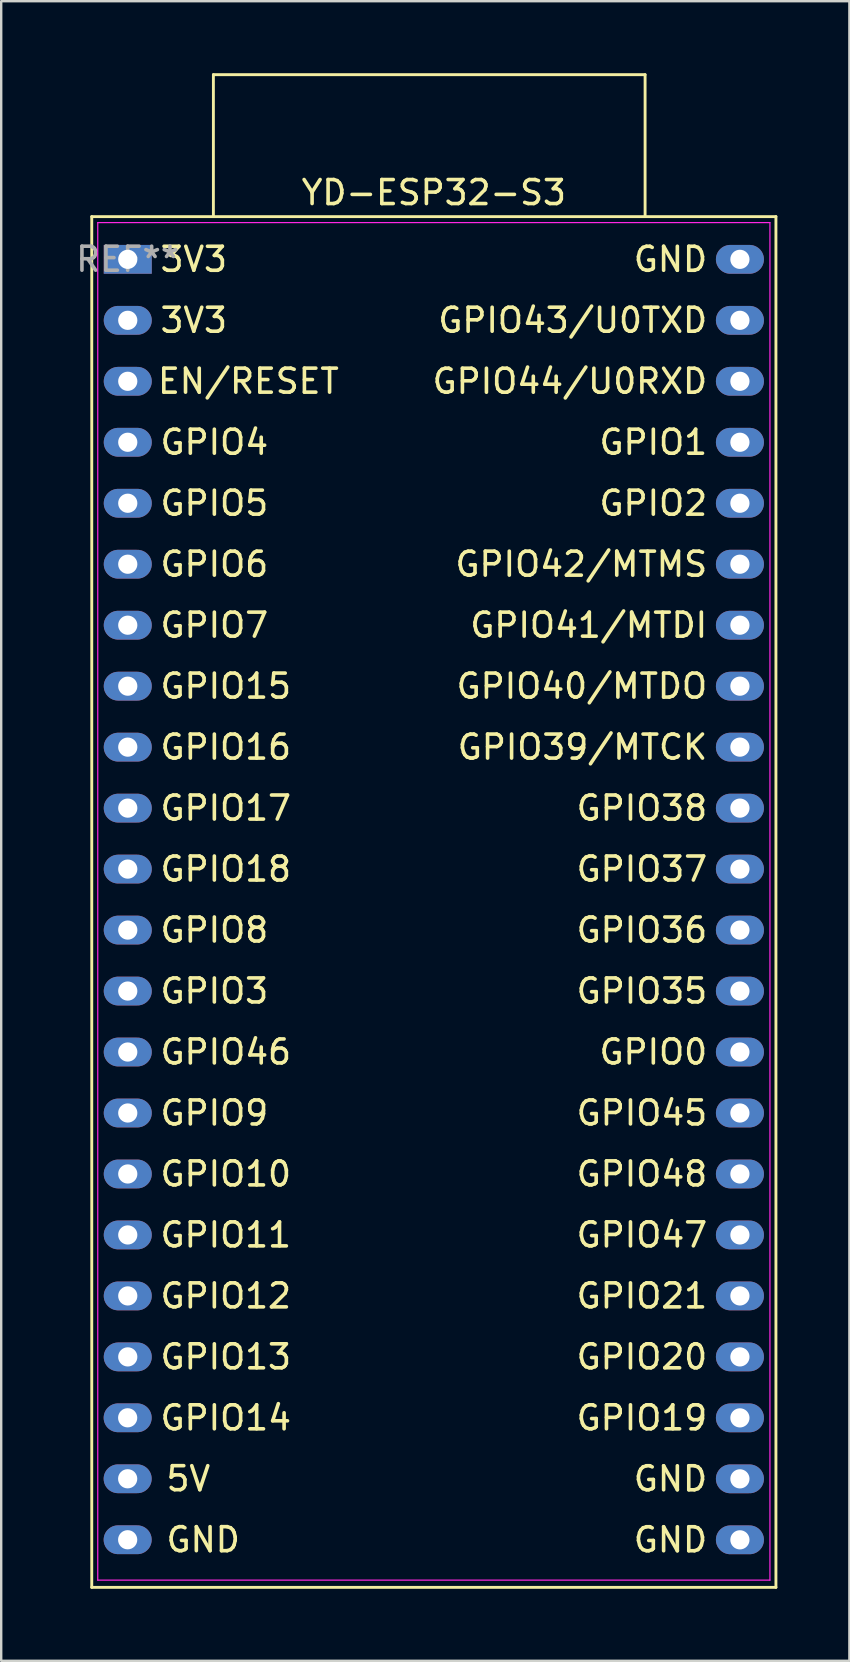
<source format=kicad_pcb>
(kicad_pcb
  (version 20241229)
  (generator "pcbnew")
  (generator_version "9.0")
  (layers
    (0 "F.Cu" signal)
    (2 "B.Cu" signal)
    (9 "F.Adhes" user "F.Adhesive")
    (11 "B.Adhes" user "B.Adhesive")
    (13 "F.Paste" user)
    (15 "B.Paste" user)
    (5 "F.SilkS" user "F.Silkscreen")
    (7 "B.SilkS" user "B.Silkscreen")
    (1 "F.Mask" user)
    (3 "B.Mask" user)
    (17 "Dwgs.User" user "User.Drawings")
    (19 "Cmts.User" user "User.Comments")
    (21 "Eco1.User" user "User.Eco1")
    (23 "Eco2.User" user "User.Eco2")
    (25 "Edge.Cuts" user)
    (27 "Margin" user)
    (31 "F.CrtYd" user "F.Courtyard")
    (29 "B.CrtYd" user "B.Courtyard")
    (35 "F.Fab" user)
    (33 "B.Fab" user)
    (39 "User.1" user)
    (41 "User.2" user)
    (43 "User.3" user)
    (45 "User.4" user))
  (footprint "YD-ESP32-S3"
    (layer "F.Cu")
    (at 2.272 7.073)
    (property "Reference" "YD-ESP32-S3" (at 12.75 -2.1 0) (layer "F.SilkS") (effects (font (size 1 1) (thickness 0.15))))
    (attr through_hole)
    (fp_line (start -1.5 -1.1) (end -1.5 56) (stroke (width 0.12) (type solid)) (layer "F.SilkS"))
    (fp_line (start -1.5 56) (end 27 56) (stroke (width 0.12) (type solid)) (layer "F.SilkS"))
    (fp_line (start 3.567 -7.013) (end 21.55 -7.013) (stroke (width 0.12) (type solid)) (layer "F.SilkS"))
    (fp_line (start 3.567 -1.12) (end 3.567 -7.013) (stroke (width 0.12) (type solid)) (layer "F.SilkS"))
    (fp_line (start 21.55 -7.013) (end 21.55 -1.12) (stroke (width 0.12) (type solid)) (layer "F.SilkS"))
    (fp_line (start 27 -1.1) (end -1.5 -1.1) (stroke (width 0.12) (type solid)) (layer "F.SilkS"))
    (fp_line (start 27 56) (end 27 -1.1) (stroke (width 0.12) (type solid)) (layer "F.SilkS"))
    (fp_line (start -1.25 -0.85) (end 26.75 -0.85) (stroke (width 0.05) (type solid)) (layer "F.CrtYd"))
    (fp_line (start -1.25 55.7) (end -1.25 -0.85) (stroke (width 0.05) (type solid)) (layer "F.CrtYd"))
    (fp_line (start 26.75 -0.85) (end 26.75 55.7) (stroke (width 0.05) (type solid)) (layer "F.CrtYd"))
    (fp_line (start 26.75 55.7) (end -1.25 55.7) (stroke (width 0.05) (type solid)) (layer "F.CrtYd"))
    (fp_text user "GPIO16" (at 1.27 21 0) (unlocked yes) (layer "F.SilkS") (effects (font (size 1 1) (thickness 0.15)) (justify left)))
    (fp_text user "GPIO1" (at 24.23 8.3 0) (unlocked yes) (layer "F.SilkS") (effects (font (size 1 1) (thickness 0.15)) (justify right)))
    (fp_text user "GPIO42/MTMS" (at 24.23 13.38 0) (unlocked yes) (layer "F.SilkS") (effects (font (size 1 1) (thickness 0.15)) (justify right)))
    (fp_text user "GND" (at 24.23 51.48 0) (unlocked yes) (layer "F.SilkS") (effects (font (size 1 1) (thickness 0.15)) (justify right)))
    (fp_text user "GPIO15" (at 1.27 18.46 0) (unlocked yes) (layer "F.SilkS") (effects (font (size 1 1) (thickness 0.15)) (justify left)))
    (fp_text user "GPIO20" (at 24.23 46.4 0) (unlocked yes) (layer "F.SilkS") (effects (font (size 1 1) (thickness 0.15)) (justify right)))
    (fp_text user "GPIO17" (at 1.27 23.54 0) (unlocked yes) (layer "F.SilkS") (effects (font (size 1 1) (thickness 0.15)) (justify left)))
    (fp_text user "GND" (at 1.52 54.017 0) (unlocked yes) (layer "F.SilkS") (effects (font (size 1 1) (thickness 0.15)) (justify left)))
    (fp_text user "GPIO10" (at 1.27 38.78 0) (unlocked yes) (layer "F.SilkS") (effects (font (size 1 1) (thickness 0.15)) (justify left)))
    (fp_text user "GPIO48" (at 24.23 38.78 0) (unlocked yes) (layer "F.SilkS") (effects (font (size 1 1) (thickness 0.15)) (justify right)))
    (fp_text user "GPIO37" (at 24.23 26.08 0) (unlocked yes) (layer "F.SilkS") (effects (font (size 1 1) (thickness 0.15)) (justify right)))
    (fp_text user "GPIO45" (at 24.23 36.24 0) (unlocked yes) (layer "F.SilkS") (effects (font (size 1 1) (thickness 0.15)) (justify right)))
    (fp_text user "GPIO41/MTDI" (at 24.23 15.92 0) (unlocked yes) (layer "F.SilkS") (effects (font (size 1 1) (thickness 0.15)) (justify right)))
    (fp_text user "GND" (at 24.23 54.02 0) (unlocked yes) (layer "F.SilkS") (effects (font (size 1 1) (thickness 0.15)) (justify right)))
    (fp_text user "GPIO4" (at 1.27 8.3 0) (unlocked yes) (layer "F.SilkS") (effects (font (size 1 1) (thickness 0.15)) (justify left)))
    (fp_text user "GPIO36" (at 24.23 28.62 0) (unlocked yes) (layer "F.SilkS") (effects (font (size 1 1) (thickness 0.15)) (justify right)))
    (fp_text user "GPIO18" (at 1.27 26.08 0) (unlocked yes) (layer "F.SilkS") (effects (font (size 1 1) (thickness 0.15)) (justify left)))
    (fp_text user "GPIO2" (at 24.23 10.84 0) (unlocked yes) (layer "F.SilkS") (effects (font (size 1 1) (thickness 0.15)) (justify right)))
    (fp_text user "GPIO6" (at 1.27 13.38 0) (unlocked yes) (layer "F.SilkS") (effects (font (size 1 1) (thickness 0.15)) (justify left)))
    (fp_text user "3V3" (at 1.27 3.22 0) (unlocked yes) (layer "F.SilkS") (effects (font (size 1 1) (thickness 0.15)) (justify left)))
    (fp_text user "GPIO40/MTDO" (at 24.23 18.46 0) (unlocked yes) (layer "F.SilkS") (effects (font (size 1 1) (thickness 0.15)) (justify right)))
    (fp_text user "GPIO46" (at 1.27 33.7 0) (unlocked yes) (layer "F.SilkS") (effects (font (size 1 1) (thickness 0.15)) (justify left)))
    (fp_text user "3V3" (at 1.27 0.68 0) (unlocked yes) (layer "F.SilkS") (effects (font (size 1 1) (thickness 0.15)) (justify left)))
    (fp_text user "GPIO8" (at 1.27 28.62 0) (unlocked yes) (layer "F.SilkS") (effects (font (size 1 1) (thickness 0.15)) (justify left)))
    (fp_text user "5V" (at 1.52 51.477 0) (unlocked yes) (layer "F.SilkS") (effects (font (size 1 1) (thickness 0.15)) (justify left)))
    (fp_text user "GPIO14" (at 1.27 48.94 0) (unlocked yes) (layer "F.SilkS") (effects (font (size 1 1) (thickness 0.15)) (justify left)))
    (fp_text user "GPIO5" (at 1.27 10.84 0) (unlocked yes) (layer "F.SilkS") (effects (font (size 1 1) (thickness 0.15)) (justify left)))
    (fp_text user "GPIO7" (at 1.27 15.92 0) (unlocked yes) (layer "F.SilkS") (effects (font (size 1 1) (thickness 0.15)) (justify left)))
    (fp_text user "GPIO3" (at 1.27 31.16 0) (unlocked yes) (layer "F.SilkS") (effects (font (size 1 1) (thickness 0.15)) (justify left)))
    (fp_text user "GPIO11" (at 1.27 41.32 0) (unlocked yes) (layer "F.SilkS") (effects (font (size 1 1) (thickness 0.15)) (justify left)))
    (fp_text user "GND" (at 24.23 0.68 0) (unlocked yes) (layer "F.SilkS") (effects (font (size 1 1) (thickness 0.15)) (justify right)))
    (fp_text user "EN/RESET" (at 8.886 5.757 0) (unlocked yes) (layer "F.SilkS") (effects (font (size 1 1) (thickness 0.15)) (justify right)))
    (fp_text user "GPIO19" (at 24.23 48.94 0) (unlocked yes) (layer "F.SilkS") (effects (font (size 1 1) (thickness 0.15)) (justify right)))
    (fp_text user "GPIO43/U0TXD" (at 24.23 3.22 0) (unlocked yes) (layer "F.SilkS") (effects (font (size 1 1) (thickness 0.15)) (justify right)))
    (fp_text user "GPIO47" (at 24.23 41.32 0) (unlocked yes) (layer "F.SilkS") (effects (font (size 1 1) (thickness 0.15)) (justify right)))
    (fp_text user "GPIO0" (at 24.23 33.7 0) (unlocked yes) (layer "F.SilkS") (effects (font (size 1 1) (thickness 0.15)) (justify right)))
    (fp_text user "GPIO13" (at 1.27 46.4 0) (unlocked yes) (layer "F.SilkS") (effects (font (size 1 1) (thickness 0.15)) (justify left)))
    (fp_text user "GPIO38" (at 24.23 23.54 0) (unlocked yes) (layer "F.SilkS") (effects (font (size 1 1) (thickness 0.15)) (justify right)))
    (fp_text user "GPIO35" (at 24.23 31.16 0) (unlocked yes) (layer "F.SilkS") (effects (font (size 1 1) (thickness 0.15)) (justify right)))
    (fp_text user "GPIO12" (at 1.27 43.86 0) (unlocked yes) (layer "F.SilkS") (effects (font (size 1 1) (thickness 0.15)) (justify left)))
    (fp_text user "GPIO9" (at 1.27 36.24 0) (unlocked yes) (layer "F.SilkS") (effects (font (size 1 1) (thickness 0.15)) (justify left)))
    (fp_text user "GPIO21" (at 24.23 43.86 0) (unlocked yes) (layer "F.SilkS") (effects (font (size 1 1) (thickness 0.15)) (justify right)))
    (fp_text user "GPIO44/U0RXD" (at 24.23 5.76 0) (unlocked yes) (layer "F.SilkS") (effects (font (size 1 1) (thickness 0.15)) (justify right)))
    (fp_text user "GPIO39/MTCK" (at 24.23 21 0) (unlocked yes) (layer "F.SilkS") (effects (font (size 1 1) (thickness 0.15)) (justify right)))
    (fp_text user "REF**" (at -0.004 0.677 0) (layer "F.Fab") (effects (font (size 1 1) (thickness 0.15))))
    (pad "1" thru_hole rect (at 0 0.68 270) (size 1.2 2) (drill 0.8) (layers "*.Cu" "*.Mask"))
    (pad "2" thru_hole oval (at 0 3.22 270) (size 1.2 2) (drill 0.8) (layers "*.Cu" "*.Mask"))
    (pad "3" thru_hole oval (at 0 5.76 270) (size 1.2 2) (drill 0.8) (layers "*.Cu" "*.Mask"))
    (pad "4" thru_hole oval (at 0 8.3 270) (size 1.2 2) (drill 0.8) (layers "*.Cu" "*.Mask"))
    (pad "5" thru_hole oval (at 0 10.84 270) (size 1.2 2) (drill 0.8) (layers "*.Cu" "*.Mask"))
    (pad "6" thru_hole oval (at 0 13.38 270) (size 1.2 2) (drill 0.8) (layers "*.Cu" "*.Mask"))
    (pad "7" thru_hole oval (at 0 15.92 270) (size 1.2 2) (drill 0.8) (layers "*.Cu" "*.Mask"))
    (pad "8" thru_hole oval (at 0 18.46 270) (size 1.2 2) (drill 0.8) (layers "*.Cu" "*.Mask"))
    (pad "9" thru_hole oval (at 0 21 270) (size 1.2 2) (drill 0.8) (layers "*.Cu" "*.Mask"))
    (pad "10" thru_hole oval (at 0 23.54 270) (size 1.2 2) (drill 0.8) (layers "*.Cu" "*.Mask"))
    (pad "11" thru_hole oval (at 0 26.08 270) (size 1.2 2) (drill 0.8) (layers "*.Cu" "*.Mask"))
    (pad "12" thru_hole oval (at 0 28.62 270) (size 1.2 2) (drill 0.8) (layers "*.Cu" "*.Mask"))
    (pad "13" thru_hole oval (at 0 31.16 270) (size 1.2 2) (drill 0.8) (layers "*.Cu" "*.Mask"))
    (pad "14" thru_hole oval (at 0 33.7 270) (size 1.2 2) (drill 0.8) (layers "*.Cu" "*.Mask"))
    (pad "15" thru_hole oval (at 0 36.24 270) (size 1.2 2) (drill 0.8) (layers "*.Cu" "*.Mask"))
    (pad "16" thru_hole oval (at 0 38.78 270) (size 1.2 2) (drill 0.8) (layers "*.Cu" "*.Mask"))
    (pad "17" thru_hole oval (at 0 41.32 270) (size 1.2 2) (drill 0.8) (layers "*.Cu" "*.Mask"))
    (pad "18" thru_hole oval (at 0 43.86 270) (size 1.2 2) (drill 0.8) (layers "*.Cu" "*.Mask"))
    (pad "19" thru_hole oval (at 0 46.4 270) (size 1.2 2) (drill 0.8) (layers "*.Cu" "*.Mask"))
    (pad "20" thru_hole oval (at -0.004 48.937 270) (size 1.2 2) (drill 0.8) (layers "*.Cu" "*.Mask"))
    (pad "21" thru_hole oval (at -0.004 51.477 270) (size 1.2 2) (drill 0.8) (layers "*.Cu" "*.Mask"))
    (pad "22" thru_hole oval (at -0.004 54.017 270) (size 1.2 2) (drill 0.8) (layers "*.Cu" "*.Mask"))
    (pad "23" thru_hole oval (at 25.5 54.02 270) (size 1.2 2) (drill 0.8) (layers "*.Cu" "*.Mask"))
    (pad "24" thru_hole oval (at 25.5 51.48 270) (size 1.2 2) (drill 0.8) (layers "*.Cu" "*.Mask"))
    (pad "25" thru_hole oval (at 25.5 48.94 270) (size 1.2 2) (drill 0.8) (layers "*.Cu" "*.Mask"))
    (pad "26" thru_hole oval (at 25.5 46.4 270) (size 1.2 2) (drill 0.8) (layers "*.Cu" "*.Mask"))
    (pad "27" thru_hole oval (at 25.5 43.86 270) (size 1.2 2) (drill 0.8) (layers "*.Cu" "*.Mask"))
    (pad "28" thru_hole oval (at 25.5 41.32 270) (size 1.2 2) (drill 0.8) (layers "*.Cu" "*.Mask"))
    (pad "29" thru_hole oval (at 25.5 38.78 270) (size 1.2 2) (drill 0.8) (layers "*.Cu" "*.Mask"))
    (pad "30" thru_hole oval (at 25.5 36.24 270) (size 1.2 2) (drill 0.8) (layers "*.Cu" "*.Mask"))
    (pad "31" thru_hole oval (at 25.5 33.7 270) (size 1.2 2) (drill 0.8) (layers "*.Cu" "*.Mask"))
    (pad "32" thru_hole oval (at 25.5 31.16 270) (size 1.2 2) (drill 0.8) (layers "*.Cu" "*.Mask"))
    (pad "33" thru_hole oval (at 25.5 28.62 270) (size 1.2 2) (drill 0.8) (layers "*.Cu" "*.Mask"))
    (pad "34" thru_hole oval (at 25.5 26.08 270) (size 1.2 2) (drill 0.8) (layers "*.Cu" "*.Mask"))
    (pad "35" thru_hole oval (at 25.5 23.54 270) (size 1.2 2) (drill 0.8) (layers "*.Cu" "*.Mask"))
    (pad "36" thru_hole oval (at 25.5 21 270) (size 1.2 2) (drill 0.8) (layers "*.Cu" "*.Mask"))
    (pad "37" thru_hole oval (at 25.5 18.46 270) (size 1.2 2) (drill 0.8) (layers "*.Cu" "*.Mask"))
    (pad "38" thru_hole oval (at 25.5 15.92 270) (size 1.2 2) (drill 0.8) (layers "*.Cu" "*.Mask"))
    (pad "39" thru_hole oval (at 25.5 13.38 270) (size 1.2 2) (drill 0.8) (layers "*.Cu" "*.Mask"))
    (pad "40" thru_hole oval (at 25.5 10.84 270) (size 1.2 2) (drill 0.8) (layers "*.Cu" "*.Mask"))
    (pad "41" thru_hole oval (at 25.5 8.3 270) (size 1.2 2) (drill 0.8) (layers "*.Cu" "*.Mask"))
    (pad "42" thru_hole oval (at 25.5 5.76 270) (size 1.2 2) (drill 0.8) (layers "*.Cu" "*.Mask"))
    (pad "43" thru_hole oval (at 25.5 3.22 270) (size 1.2 2) (drill 0.8) (layers "*.Cu" "*.Mask"))
    (pad "44" thru_hole oval (at 25.5 0.68 270) (size 1.2 2) (drill 0.8) (layers "*.Cu" "*.Mask")))
  (gr_rect
    (start -3 -3)
    (end 32.332 66.133)
    (stroke (width 0.1) (type default))
    (fill no)
    (layer "Edge.Cuts")))
</source>
